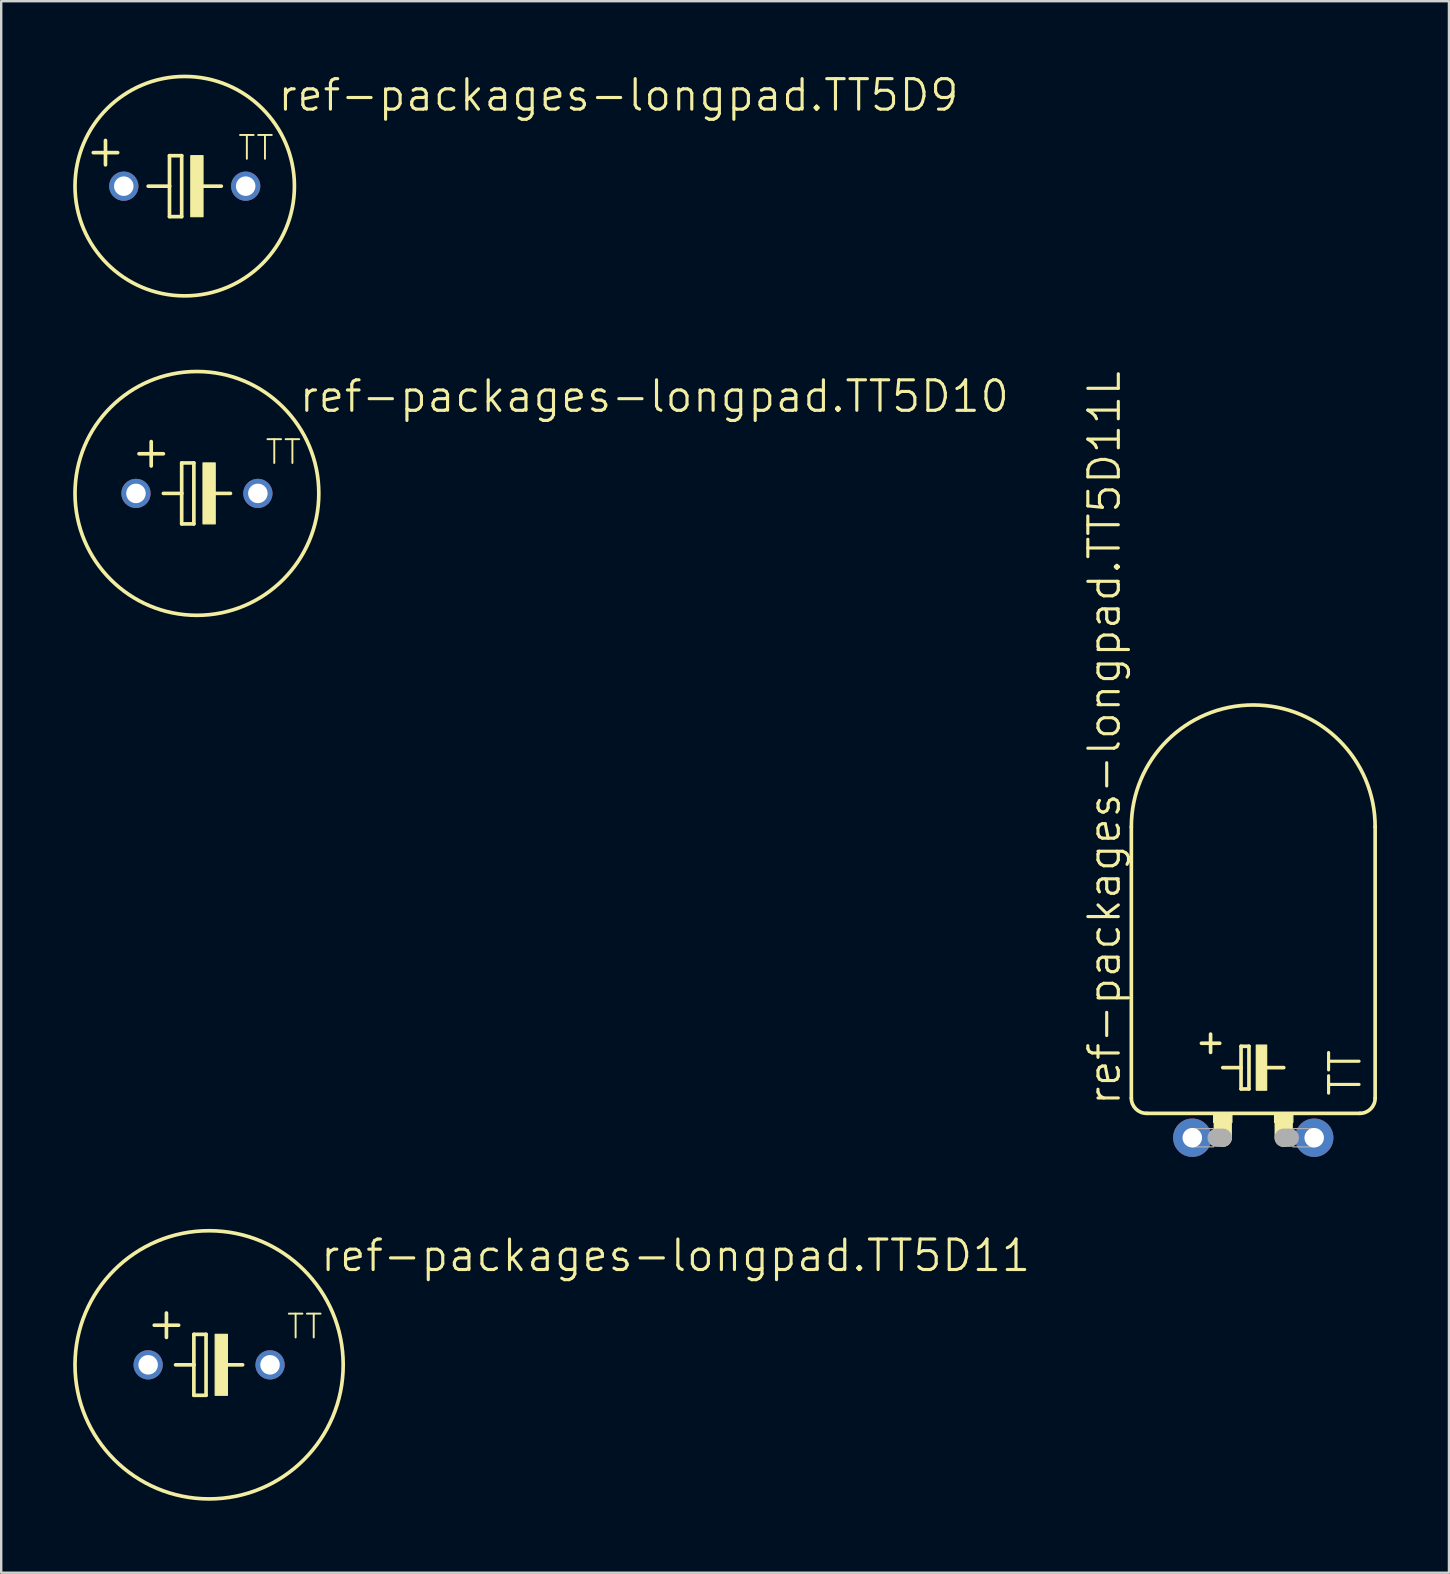
<source format=kicad_pcb>
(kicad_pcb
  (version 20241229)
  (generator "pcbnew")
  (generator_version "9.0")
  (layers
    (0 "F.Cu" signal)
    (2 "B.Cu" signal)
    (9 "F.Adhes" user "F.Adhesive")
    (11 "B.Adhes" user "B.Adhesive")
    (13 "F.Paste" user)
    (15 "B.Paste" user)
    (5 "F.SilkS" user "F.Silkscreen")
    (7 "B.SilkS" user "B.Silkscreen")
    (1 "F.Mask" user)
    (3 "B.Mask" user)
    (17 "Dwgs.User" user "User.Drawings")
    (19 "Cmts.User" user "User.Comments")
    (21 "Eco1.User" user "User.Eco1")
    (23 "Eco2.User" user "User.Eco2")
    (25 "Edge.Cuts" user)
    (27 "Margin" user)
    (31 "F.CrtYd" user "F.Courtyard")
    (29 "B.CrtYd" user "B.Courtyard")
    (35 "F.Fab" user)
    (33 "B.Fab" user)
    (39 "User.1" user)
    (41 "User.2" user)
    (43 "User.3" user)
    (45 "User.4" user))
  (footprint "ref-packages-longpad.TT5D9"
    (layer "F.Cu")
    (at 4.648 4.708)
    (property "Reference" "ref-packages-longpad.TT5D9" (at 3.81 -3.048 0) (layer "F.SilkS") (effects (font (size 1.27 1.27) (thickness 0.13)) (justify left bottom)))
    (attr through_hole)
    (fp_line (start -3.302 -1.905) (end -3.302 -0.889) (stroke (width 0.152) (type default)) (layer "F.SilkS"))
    (fp_line (start -2.794 -1.397) (end -3.81 -1.397) (stroke (width 0.152) (type default)) (layer "F.SilkS"))
    (fp_line (start -1.524 0) (end -0.635 0) (stroke (width 0.152) (type default)) (layer "F.SilkS"))
    (fp_line (start -0.635 -1.27) (end -0.635 0) (stroke (width 0.152) (type default)) (layer "F.SilkS"))
    (fp_line (start -0.635 0) (end -0.635 1.27) (stroke (width 0.152) (type default)) (layer "F.SilkS"))
    (fp_line (start -0.635 1.27) (end -0.127 1.27) (stroke (width 0.152) (type default)) (layer "F.SilkS"))
    (fp_line (start -0.127 -1.27) (end -0.635 -1.27) (stroke (width 0.152) (type default)) (layer "F.SilkS"))
    (fp_line (start -0.127 1.27) (end -0.127 -1.27) (stroke (width 0.152) (type default)) (layer "F.SilkS"))
    (fp_line (start 0.635 0) (end 1.524 0) (stroke (width 0.152) (type default)) (layer "F.SilkS"))
    (fp_rect (start 0.254 1.27) (end 0.762 -1.27) (stroke (width 0.05) (type default)) (fill yes) (layer "F.SilkS"))
    (fp_circle (center 0 0) (end 4.572 0) (stroke (width 0.152) (type default)) (fill no) (layer "F.SilkS"))
    (fp_text user "TT" (at 2.159 -1.016 0) (layer "F.SilkS") (effects (font (size 0.991 0.991) (thickness 0.08)) (justify left bottom)))
    (pad "+" thru_hole circle (at -2.54 0) (size 1.219 1.219) (drill 0.813) (layers "*.Cu" "*.Mask"))
    (pad "-" thru_hole circle (at 2.54 0) (size 1.219 1.219) (drill 0.813) (layers "*.Cu" "*.Mask")))
  (footprint "ref-packages-longpad.TT5D10"
    (layer "F.Cu")
    (at 5.156 17.512)
    (property "Reference" "ref-packages-longpad.TT5D10" (at 4.191 -3.302 0) (layer "F.SilkS") (effects (font (size 1.27 1.27) (thickness 0.13)) (justify left bottom)))
    (attr through_hole)
    (fp_line (start -2.413 -1.651) (end -1.397 -1.651) (stroke (width 0.152) (type default)) (layer "F.SilkS"))
    (fp_line (start -1.905 -1.143) (end -1.905 -2.159) (stroke (width 0.152) (type default)) (layer "F.SilkS"))
    (fp_line (start -1.397 0) (end -0.635 0) (stroke (width 0.152) (type default)) (layer "F.SilkS"))
    (fp_line (start -0.635 -1.27) (end -0.635 0) (stroke (width 0.152) (type default)) (layer "F.SilkS"))
    (fp_line (start -0.635 0) (end -0.635 1.27) (stroke (width 0.152) (type default)) (layer "F.SilkS"))
    (fp_line (start -0.635 1.27) (end -0.127 1.27) (stroke (width 0.152) (type default)) (layer "F.SilkS"))
    (fp_line (start -0.127 -1.27) (end -0.635 -1.27) (stroke (width 0.152) (type default)) (layer "F.SilkS"))
    (fp_line (start -0.127 1.27) (end -0.127 -1.27) (stroke (width 0.152) (type default)) (layer "F.SilkS"))
    (fp_line (start 0.635 0) (end 1.397 0) (stroke (width 0.152) (type default)) (layer "F.SilkS"))
    (fp_rect (start 0.254 1.27) (end 0.762 -1.27) (stroke (width 0.05) (type default)) (fill yes) (layer "F.SilkS"))
    (fp_circle (center 0 0) (end 5.08 0) (stroke (width 0.152) (type default)) (fill no) (layer "F.SilkS"))
    (fp_text user "TT" (at 2.794 -1.143 0) (layer "F.SilkS") (effects (font (size 0.991 0.991) (thickness 0.08)) (justify left bottom)))
    (pad "+" thru_hole circle (at -2.54 0) (size 1.219 1.219) (drill 0.813) (layers "*.Cu" "*.Mask"))
    (pad "-" thru_hole circle (at 2.54 0) (size 1.219 1.219) (drill 0.813) (layers "*.Cu" "*.Mask")))
  (footprint "ref-packages-longpad.TT5D11"
    (layer "F.Cu")
    (at 5.664 53.827)
    (property "Reference" "ref-packages-longpad.TT5D11" (at 4.572 -3.81 0) (layer "F.SilkS") (effects (font (size 1.27 1.27) (thickness 0.13)) (justify left bottom)))
    (attr through_hole)
    (fp_line (start -1.778 -2.159) (end -1.778 -1.143) (stroke (width 0.152) (type default)) (layer "F.SilkS"))
    (fp_line (start -1.397 0) (end -0.635 0) (stroke (width 0.152) (type default)) (layer "F.SilkS"))
    (fp_line (start -1.27 -1.651) (end -2.286 -1.651) (stroke (width 0.152) (type default)) (layer "F.SilkS"))
    (fp_line (start -0.635 -1.27) (end -0.635 0) (stroke (width 0.152) (type default)) (layer "F.SilkS"))
    (fp_line (start -0.635 0) (end -0.635 1.27) (stroke (width 0.152) (type default)) (layer "F.SilkS"))
    (fp_line (start -0.635 1.27) (end -0.127 1.27) (stroke (width 0.152) (type default)) (layer "F.SilkS"))
    (fp_line (start -0.127 -1.27) (end -0.635 -1.27) (stroke (width 0.152) (type default)) (layer "F.SilkS"))
    (fp_line (start -0.127 1.27) (end -0.127 -1.27) (stroke (width 0.152) (type default)) (layer "F.SilkS"))
    (fp_line (start 0.635 0) (end 1.397 0) (stroke (width 0.152) (type default)) (layer "F.SilkS"))
    (fp_rect (start 0.254 1.27) (end 0.762 -1.27) (stroke (width 0.05) (type default)) (fill yes) (layer "F.SilkS"))
    (fp_circle (center 0 0) (end 5.588 0) (stroke (width 0.152) (type default)) (fill no) (layer "F.SilkS"))
    (fp_text user "TT" (at 3.175 -1.016 0) (layer "F.SilkS") (effects (font (size 0.991 0.991) (thickness 0.08)) (justify left bottom)))
    (pad "+" thru_hole circle (at -2.54 0) (size 1.219 1.219) (drill 0.813) (layers "*.Cu" "*.Mask"))
    (pad "-" thru_hole circle (at 2.54 0) (size 1.219 1.219) (drill 0.813) (layers "*.Cu" "*.Mask")))
  (footprint "ref-packages-longpad.TT5D11L"
    (layer "F.Cu")
    (at 49.177 44.363)
    (property "Reference" "ref-packages-longpad.TT5D11L" (at -5.461 -1.27 90) (layer "F.SilkS") (effects (font (size 1.27 1.27) (thickness 0.13)) (justify left bottom)))
    (attr through_hole)
    (fp_line (start -5.08 -12.954) (end -5.08 -1.651) (stroke (width 0.152) (type default)) (layer "F.SilkS"))
    (fp_line (start -4.445 -1.016) (end 4.445 -1.016) (stroke (width 0.152) (type default)) (layer "F.SilkS"))
    (fp_line (start -2.159 -3.937) (end -1.397 -3.937) (stroke (width 0.152) (type default)) (layer "F.SilkS"))
    (fp_line (start -1.778 -4.318) (end -1.778 -3.556) (stroke (width 0.152) (type default)) (layer "F.SilkS"))
    (fp_line (start -1.27 -2.921) (end -0.508 -2.921) (stroke (width 0.152) (type default)) (layer "F.SilkS"))
    (fp_line (start -1.27 -0.635) (end -1.27 0) (stroke (width 0.762) (type default)) (layer "F.SilkS"))
    (fp_line (start -0.508 -3.81) (end -0.508 -2.921) (stroke (width 0.152) (type default)) (layer "F.SilkS"))
    (fp_line (start -0.508 -2.921) (end -0.508 -2.032) (stroke (width 0.152) (type default)) (layer "F.SilkS"))
    (fp_line (start -0.508 -2.032) (end -0.178 -2.032) (stroke (width 0.152) (type default)) (layer "F.SilkS"))
    (fp_line (start -0.178 -3.81) (end -0.508 -3.81) (stroke (width 0.152) (type default)) (layer "F.SilkS"))
    (fp_line (start -0.178 -2.032) (end -0.178 -3.81) (stroke (width 0.152) (type default)) (layer "F.SilkS"))
    (fp_line (start 0.508 -2.921) (end 1.27 -2.921) (stroke (width 0.152) (type default)) (layer "F.SilkS"))
    (fp_line (start 1.27 -0.635) (end 1.27 0) (stroke (width 0.762) (type default)) (layer "F.SilkS"))
    (fp_line (start 5.08 -12.954) (end 5.08 -1.651) (stroke (width 0.152) (type default)) (layer "F.SilkS"))
    (fp_rect (start -1.651 -0.635) (end -0.889 -1.016) (stroke (width 0.05) (type default)) (fill yes) (layer "F.SilkS"))
    (fp_rect (start 0.127 -1.981) (end 0.559 -3.861) (stroke (width 0.05) (type default)) (fill yes) (layer "F.SilkS"))
    (fp_rect (start 0.889 -0.635) (end 1.651 -1.016) (stroke (width 0.05) (type default)) (fill yes) (layer "F.SilkS"))
    (fp_arc (start -5.08 -12.954) (mid 0 -18.034) (end 5.08 -12.954) (stroke (width 0.1524) (type default)) (layer "F.SilkS"))
    (fp_arc (start -4.445 -1.016) (mid -4.894013 -1.201987) (end -5.08 -1.651) (stroke (width 0.1524) (type default)) (layer "F.SilkS"))
    (fp_arc (start 5.08 -1.651) (mid 4.894013 -1.201987) (end 4.445 -1.016) (stroke (width 0.1524) (type default)) (layer "F.SilkS"))
    (fp_line (start -1.524 0) (end -1.27 0) (stroke (width 0.762) (type default)) (layer "F.Fab"))
    (fp_line (start 1.524 0) (end 1.27 0) (stroke (width 0.762) (type default)) (layer "F.Fab"))
    (fp_rect (start -2.54 0.381) (end -1.651 -0.381) (stroke (width 0.05) (type default)) (fill no) (layer "F.Fab"))
    (fp_rect (start 1.651 0.381) (end 2.54 -0.381) (stroke (width 0.05) (type default)) (fill no) (layer "F.Fab"))
    (fp_text user "TT" (at 4.572 -1.651 90) (layer "F.SilkS") (effects (font (size 1.27 1.27) (thickness 0.13)) (justify left bottom)))
    (pad "+" thru_hole circle (at -2.54 0) (size 1.6 1.6) (drill 0.813) (layers "*.Cu" "*.Mask"))
    (pad "-" thru_hole circle (at 2.54 0) (size 1.6 1.6) (drill 0.813) (layers "*.Cu" "*.Mask")))
  (gr_rect
    (start -3 -3)
    (end 57.333 62.492)
    (stroke (width 0.1) (type default))
    (fill no)
    (layer "Edge.Cuts")))
</source>
